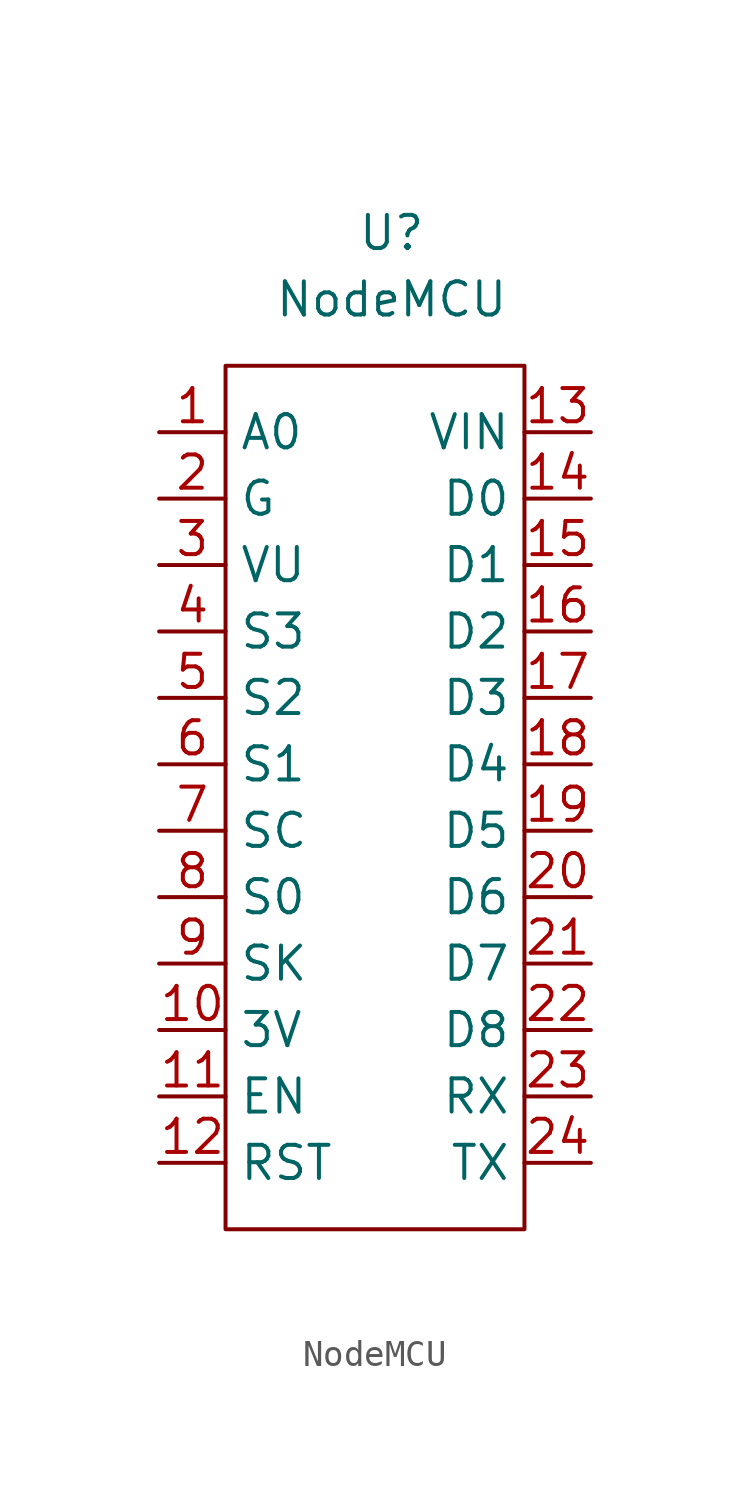
<source format=kicad_sym>
(kicad_symbol_lib
  (version 20211014)
  (generator kicad_symbol_editor)
  (symbol "NodeMCU"
    (property "Reference" "U"
      (at 6.35 5.08 0)
      (effects (font (size 1.27 1.27))))
    (property "Value" "NodeMCU"
      (at 6.35 2.54 0)
      (effects (font (size 1.27 1.27))))
    (symbol "NodeMCU_0_1"
      (rectangle (start 0 0) (end 11.43 -33.02) (stroke (width 0) (type default) (color 0 0 0 0)) (fill (type none))))
    (symbol "NodeMCU_1_1"
      (pin input line (at -2.54 -2.54 0) (length 2.54) (name "A0" (effects (font (size 1.27 1.27)))) (number "1" (effects (font (size 1.27 1.27)))))
      (pin power_in line (at -2.54 -25.4 0) (length 2.54) (name "3V" (effects (font (size 1.27 1.27)))) (number "10" (effects (font (size 1.27 1.27)))))
      (pin power_in line (at -2.54 -27.94 0) (length 2.54) (name "EN" (effects (font (size 1.27 1.27)))) (number "11" (effects (font (size 1.27 1.27)))))
      (pin bidirectional line (at -2.54 -30.48 0) (length 2.54) (name "RST" (effects (font (size 1.27 1.27)))) (number "12" (effects (font (size 1.27 1.27)))))
      (pin power_in line (at 13.97 -2.54 180) (length 2.54) (name "VIN" (effects (font (size 1.27 1.27)))) (number "13" (effects (font (size 1.27 1.27)))))
      (pin bidirectional line (at 13.97 -5.08 180) (length 2.54) (name "D0" (effects (font (size 1.27 1.27)))) (number "14" (effects (font (size 1.27 1.27)))))
      (pin bidirectional line (at 13.97 -7.62 180) (length 2.54) (name "D1" (effects (font (size 1.27 1.27)))) (number "15" (effects (font (size 1.27 1.27)))))
      (pin bidirectional line (at 13.97 -10.16 180) (length 2.54) (name "D2" (effects (font (size 1.27 1.27)))) (number "16" (effects (font (size 1.27 1.27)))))
      (pin bidirectional line (at 13.97 -12.7 180) (length 2.54) (name "D3" (effects (font (size 1.27 1.27)))) (number "17" (effects (font (size 1.27 1.27)))))
      (pin bidirectional line (at 13.97 -15.24 180) (length 2.54) (name "D4" (effects (font (size 1.27 1.27)))) (number "18" (effects (font (size 1.27 1.27)))))
      (pin bidirectional line (at 13.97 -17.78 180) (length 2.54) (name "D5" (effects (font (size 1.27 1.27)))) (number "19" (effects (font (size 1.27 1.27)))))
      (pin power_in line (at -2.54 -5.08 0) (length 2.54) (name "G" (effects (font (size 1.27 1.27)))) (number "2" (effects (font (size 1.27 1.27)))))
      (pin bidirectional line (at 13.97 -20.32 180) (length 2.54) (name "D6" (effects (font (size 1.27 1.27)))) (number "20" (effects (font (size 1.27 1.27)))))
      (pin bidirectional line (at 13.97 -22.86 180) (length 2.54) (name "D7" (effects (font (size 1.27 1.27)))) (number "21" (effects (font (size 1.27 1.27)))))
      (pin bidirectional line (at 13.97 -25.4 180) (length 2.54) (name "D8" (effects (font (size 1.27 1.27)))) (number "22" (effects (font (size 1.27 1.27)))))
      (pin input line (at 13.97 -27.94 180) (length 2.54) (name "RX" (effects (font (size 1.27 1.27)))) (number "23" (effects (font (size 1.27 1.27)))))
      (pin output line (at 13.97 -30.48 180) (length 2.54) (name "TX" (effects (font (size 1.27 1.27)))) (number "24" (effects (font (size 1.27 1.27)))))
      (pin power_in line (at -2.54 -7.62 0) (length 2.54) (name "VU" (effects (font (size 1.27 1.27)))) (number "3" (effects (font (size 1.27 1.27)))))
      (pin bidirectional line (at -2.54 -10.16 0) (length 2.54) (name "S3" (effects (font (size 1.27 1.27)))) (number "4" (effects (font (size 1.27 1.27)))))
      (pin bidirectional line (at -2.54 -12.7 0) (length 2.54) (name "S2" (effects (font (size 1.27 1.27)))) (number "5" (effects (font (size 1.27 1.27)))))
      (pin bidirectional line (at -2.54 -15.24 0) (length 2.54) (name "S1" (effects (font (size 1.27 1.27)))) (number "6" (effects (font (size 1.27 1.27)))))
      (pin bidirectional line (at -2.54 -17.78 0) (length 2.54) (name "SC" (effects (font (size 1.27 1.27)))) (number "7" (effects (font (size 1.27 1.27)))))
      (pin bidirectional line (at -2.54 -20.32 0) (length 2.54) (name "S0" (effects (font (size 1.27 1.27)))) (number "8" (effects (font (size 1.27 1.27)))))
      (pin bidirectional line (at -2.54 -22.86 0) (length 2.54) (name "SK" (effects (font (size 1.27 1.27)))) (number "9" (effects (font (size 1.27 1.27))))))))
</source>
